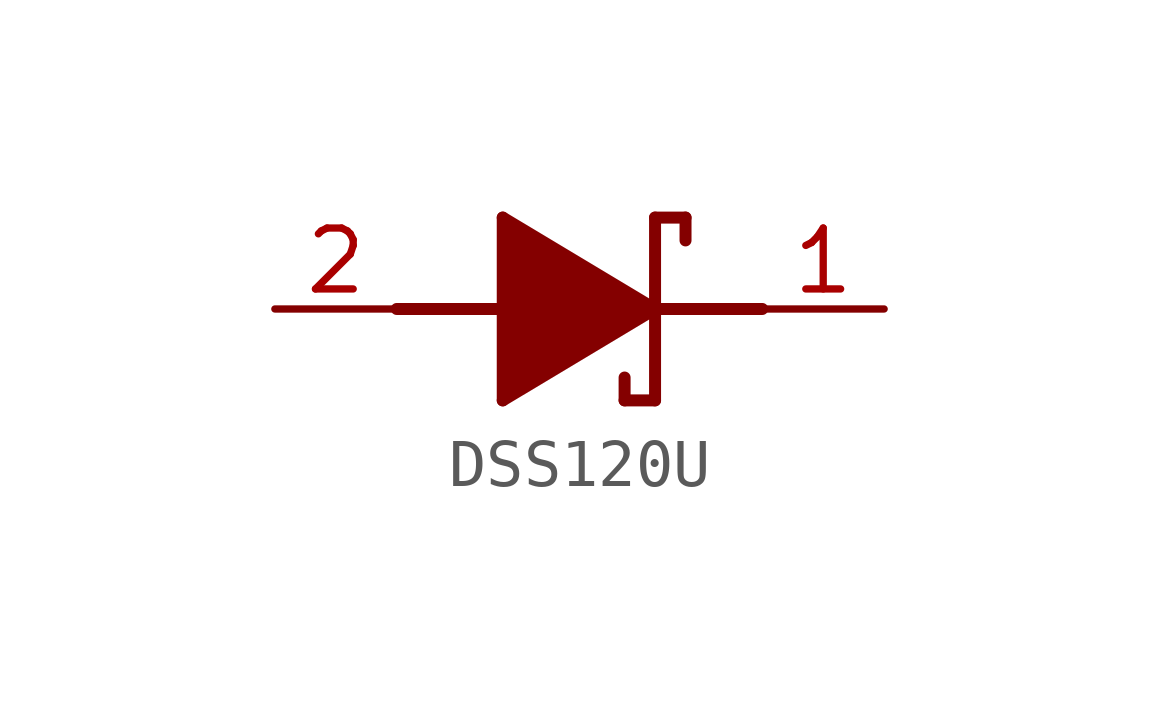
<source format=kicad_sym>
(kicad_symbol_lib
  (version 20231120)
  (generator "kicad_symbol_editor")
  (generator_version "8.0")
  (symbol "DSS120U"
    (property "Reference" "D"
      (at 0 0 0)
      (effects (font (size 1.27 1.27)) (hide yes)))
    (property "ki_locked" ""
      (at 0 0 0)
      (effects (font (size 1.27 1.27))))
    (symbol "DSS120U_1_0"
      (polyline (pts (xy -3.81 0) (xy -1.6 0)) (stroke (width 0.25) (type solid)) (fill (type none)))
      (polyline (pts (xy -1.6 -1.905) (xy 1.575 0)) (stroke (width 0.25) (type solid)) (fill (type none)))
      (polyline (pts (xy -1.6 1.905) (xy -1.6 -1.905)) (stroke (width 0.25) (type solid)) (fill (type none)))
      (polyline (pts (xy 0.94 -1.905) (xy 0.94 -1.429)) (stroke (width 0.25) (type solid)) (fill (type none)))
      (polyline (pts (xy 0.94 -1.905) (xy 1.575 -1.905)) (stroke (width 0.25) (type solid)) (fill (type none)))
      (polyline (pts (xy 1.575 -1.905) (xy 1.575 1.905)) (stroke (width 0.25) (type solid)) (fill (type none)))
      (polyline (pts (xy 1.575 0) (xy -1.6 1.905)) (stroke (width 0.25) (type solid)) (fill (type none)))
      (polyline (pts (xy 1.575 0) (xy 3.81 0)) (stroke (width 0.25) (type solid)) (fill (type none)))
      (polyline (pts (xy 1.575 1.905) (xy 2.21 1.905)) (stroke (width 0.25) (type solid)) (fill (type none)))
      (polyline (pts (xy 2.21 1.429) (xy 2.21 1.905)) (stroke (width 0.25) (type solid)) (fill (type none)))
      (polyline (pts (xy -1.6 1.905) (xy -1.6 -1.905) (xy 1.575 0)) (stroke (width 0.002) (type solid)) (fill (type outline)))
      (pin passive line (at 6.35 0 180) (length 2.54) (name "K" (effects (font (size 0 0)))) (number "1" (effects (font (size 1.27 1.27)))))
      (pin passive line (at -6.35 0 0) (length 2.54) (name "A" (effects (font (size 0 0)))) (number "2" (effects (font (size 1.27 1.27))))))))
</source>
